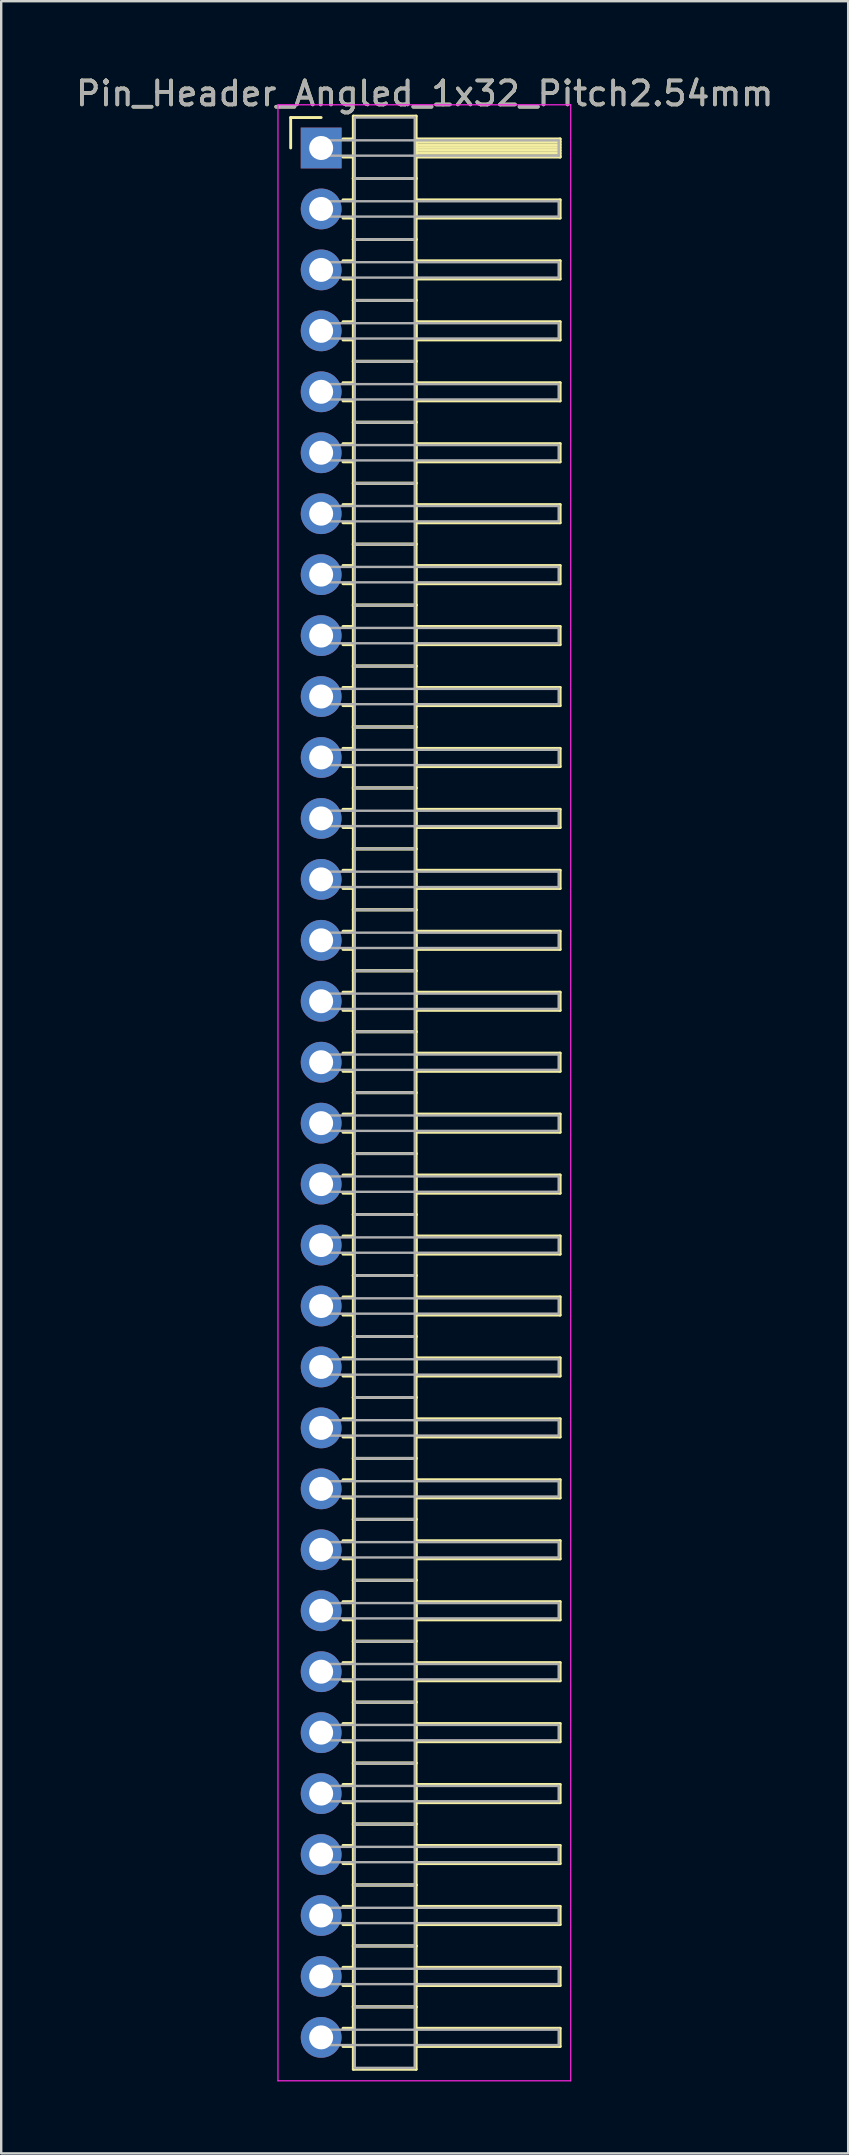
<source format=kicad_pcb>
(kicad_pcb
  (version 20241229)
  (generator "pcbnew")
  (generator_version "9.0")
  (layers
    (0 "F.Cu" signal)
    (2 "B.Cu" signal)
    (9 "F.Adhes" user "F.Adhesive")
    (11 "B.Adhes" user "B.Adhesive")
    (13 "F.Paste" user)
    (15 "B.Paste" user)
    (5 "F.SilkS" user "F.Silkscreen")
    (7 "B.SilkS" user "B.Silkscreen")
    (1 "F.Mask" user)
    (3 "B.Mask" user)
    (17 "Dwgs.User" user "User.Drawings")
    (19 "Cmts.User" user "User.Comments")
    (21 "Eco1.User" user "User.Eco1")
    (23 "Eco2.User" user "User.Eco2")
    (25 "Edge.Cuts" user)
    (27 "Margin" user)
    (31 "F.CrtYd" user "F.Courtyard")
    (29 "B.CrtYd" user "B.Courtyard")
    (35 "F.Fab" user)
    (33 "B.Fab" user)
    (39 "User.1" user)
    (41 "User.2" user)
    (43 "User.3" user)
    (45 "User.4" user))
  (footprint "Pin_Header_Angled_1x32_Pitch2.54mm"
    (layer "F.Cu")
    (at 10.334 3.118)
    (property "Reference" "Pin_Header_Angled_1x32_Pitch2.54mm" (at 4.315 -2.27 0) (layer "F.SilkS") (effects (font (size 1 1) (thickness 0.15))))
    (attr through_hole)
    (fp_line (start -1.27 -1.27) (end 0 -1.27) (stroke (width 0.12) (type solid)) (layer "F.SilkS"))
    (fp_line (start -1.27 0) (end -1.27 -1.27) (stroke (width 0.12) (type solid)) (layer "F.SilkS"))
    (fp_line (start 0.91 -0.38) (end 1.34 -0.38) (stroke (width 0.12) (type solid)) (layer "F.SilkS"))
    (fp_line (start 0.91 0.38) (end 1.34 0.38) (stroke (width 0.12) (type solid)) (layer "F.SilkS"))
    (fp_line (start 0.91 2.16) (end 1.34 2.16) (stroke (width 0.12) (type solid)) (layer "F.SilkS"))
    (fp_line (start 0.91 2.92) (end 1.34 2.92) (stroke (width 0.12) (type solid)) (layer "F.SilkS"))
    (fp_line (start 0.91 4.7) (end 1.34 4.7) (stroke (width 0.12) (type solid)) (layer "F.SilkS"))
    (fp_line (start 0.91 5.46) (end 1.34 5.46) (stroke (width 0.12) (type solid)) (layer "F.SilkS"))
    (fp_line (start 0.91 7.24) (end 1.34 7.24) (stroke (width 0.12) (type solid)) (layer "F.SilkS"))
    (fp_line (start 0.91 8) (end 1.34 8) (stroke (width 0.12) (type solid)) (layer "F.SilkS"))
    (fp_line (start 0.91 9.78) (end 1.34 9.78) (stroke (width 0.12) (type solid)) (layer "F.SilkS"))
    (fp_line (start 0.91 10.54) (end 1.34 10.54) (stroke (width 0.12) (type solid)) (layer "F.SilkS"))
    (fp_line (start 0.91 12.32) (end 1.34 12.32) (stroke (width 0.12) (type solid)) (layer "F.SilkS"))
    (fp_line (start 0.91 13.08) (end 1.34 13.08) (stroke (width 0.12) (type solid)) (layer "F.SilkS"))
    (fp_line (start 0.91 14.86) (end 1.34 14.86) (stroke (width 0.12) (type solid)) (layer "F.SilkS"))
    (fp_line (start 0.91 15.62) (end 1.34 15.62) (stroke (width 0.12) (type solid)) (layer "F.SilkS"))
    (fp_line (start 0.91 17.4) (end 1.34 17.4) (stroke (width 0.12) (type solid)) (layer "F.SilkS"))
    (fp_line (start 0.91 18.16) (end 1.34 18.16) (stroke (width 0.12) (type solid)) (layer "F.SilkS"))
    (fp_line (start 0.91 19.94) (end 1.34 19.94) (stroke (width 0.12) (type solid)) (layer "F.SilkS"))
    (fp_line (start 0.91 20.7) (end 1.34 20.7) (stroke (width 0.12) (type solid)) (layer "F.SilkS"))
    (fp_line (start 0.91 22.48) (end 1.34 22.48) (stroke (width 0.12) (type solid)) (layer "F.SilkS"))
    (fp_line (start 0.91 23.24) (end 1.34 23.24) (stroke (width 0.12) (type solid)) (layer "F.SilkS"))
    (fp_line (start 0.91 25.02) (end 1.34 25.02) (stroke (width 0.12) (type solid)) (layer "F.SilkS"))
    (fp_line (start 0.91 25.78) (end 1.34 25.78) (stroke (width 0.12) (type solid)) (layer "F.SilkS"))
    (fp_line (start 0.91 27.56) (end 1.34 27.56) (stroke (width 0.12) (type solid)) (layer "F.SilkS"))
    (fp_line (start 0.91 28.32) (end 1.34 28.32) (stroke (width 0.12) (type solid)) (layer "F.SilkS"))
    (fp_line (start 0.91 30.1) (end 1.34 30.1) (stroke (width 0.12) (type solid)) (layer "F.SilkS"))
    (fp_line (start 0.91 30.86) (end 1.34 30.86) (stroke (width 0.12) (type solid)) (layer "F.SilkS"))
    (fp_line (start 0.91 32.64) (end 1.34 32.64) (stroke (width 0.12) (type solid)) (layer "F.SilkS"))
    (fp_line (start 0.91 33.4) (end 1.34 33.4) (stroke (width 0.12) (type solid)) (layer "F.SilkS"))
    (fp_line (start 0.91 35.18) (end 1.34 35.18) (stroke (width 0.12) (type solid)) (layer "F.SilkS"))
    (fp_line (start 0.91 35.94) (end 1.34 35.94) (stroke (width 0.12) (type solid)) (layer "F.SilkS"))
    (fp_line (start 0.91 37.72) (end 1.34 37.72) (stroke (width 0.12) (type solid)) (layer "F.SilkS"))
    (fp_line (start 0.91 38.48) (end 1.34 38.48) (stroke (width 0.12) (type solid)) (layer "F.SilkS"))
    (fp_line (start 0.91 40.26) (end 1.34 40.26) (stroke (width 0.12) (type solid)) (layer "F.SilkS"))
    (fp_line (start 0.91 41.02) (end 1.34 41.02) (stroke (width 0.12) (type solid)) (layer "F.SilkS"))
    (fp_line (start 0.91 42.8) (end 1.34 42.8) (stroke (width 0.12) (type solid)) (layer "F.SilkS"))
    (fp_line (start 0.91 43.56) (end 1.34 43.56) (stroke (width 0.12) (type solid)) (layer "F.SilkS"))
    (fp_line (start 0.91 45.34) (end 1.34 45.34) (stroke (width 0.12) (type solid)) (layer "F.SilkS"))
    (fp_line (start 0.91 46.1) (end 1.34 46.1) (stroke (width 0.12) (type solid)) (layer "F.SilkS"))
    (fp_line (start 0.91 47.88) (end 1.34 47.88) (stroke (width 0.12) (type solid)) (layer "F.SilkS"))
    (fp_line (start 0.91 48.64) (end 1.34 48.64) (stroke (width 0.12) (type solid)) (layer "F.SilkS"))
    (fp_line (start 0.91 50.42) (end 1.34 50.42) (stroke (width 0.12) (type solid)) (layer "F.SilkS"))
    (fp_line (start 0.91 51.18) (end 1.34 51.18) (stroke (width 0.12) (type solid)) (layer "F.SilkS"))
    (fp_line (start 0.91 52.96) (end 1.34 52.96) (stroke (width 0.12) (type solid)) (layer "F.SilkS"))
    (fp_line (start 0.91 53.72) (end 1.34 53.72) (stroke (width 0.12) (type solid)) (layer "F.SilkS"))
    (fp_line (start 0.91 55.5) (end 1.34 55.5) (stroke (width 0.12) (type solid)) (layer "F.SilkS"))
    (fp_line (start 0.91 56.26) (end 1.34 56.26) (stroke (width 0.12) (type solid)) (layer "F.SilkS"))
    (fp_line (start 0.91 58.04) (end 1.34 58.04) (stroke (width 0.12) (type solid)) (layer "F.SilkS"))
    (fp_line (start 0.91 58.8) (end 1.34 58.8) (stroke (width 0.12) (type solid)) (layer "F.SilkS"))
    (fp_line (start 0.91 60.58) (end 1.34 60.58) (stroke (width 0.12) (type solid)) (layer "F.SilkS"))
    (fp_line (start 0.91 61.34) (end 1.34 61.34) (stroke (width 0.12) (type solid)) (layer "F.SilkS"))
    (fp_line (start 0.91 63.12) (end 1.34 63.12) (stroke (width 0.12) (type solid)) (layer "F.SilkS"))
    (fp_line (start 0.91 63.88) (end 1.34 63.88) (stroke (width 0.12) (type solid)) (layer "F.SilkS"))
    (fp_line (start 0.91 65.66) (end 1.34 65.66) (stroke (width 0.12) (type solid)) (layer "F.SilkS"))
    (fp_line (start 0.91 66.42) (end 1.34 66.42) (stroke (width 0.12) (type solid)) (layer "F.SilkS"))
    (fp_line (start 0.91 68.2) (end 1.34 68.2) (stroke (width 0.12) (type solid)) (layer "F.SilkS"))
    (fp_line (start 0.91 68.96) (end 1.34 68.96) (stroke (width 0.12) (type solid)) (layer "F.SilkS"))
    (fp_line (start 0.91 70.74) (end 1.34 70.74) (stroke (width 0.12) (type solid)) (layer "F.SilkS"))
    (fp_line (start 0.91 71.5) (end 1.34 71.5) (stroke (width 0.12) (type solid)) (layer "F.SilkS"))
    (fp_line (start 0.91 73.28) (end 1.34 73.28) (stroke (width 0.12) (type solid)) (layer "F.SilkS"))
    (fp_line (start 0.91 74.04) (end 1.34 74.04) (stroke (width 0.12) (type solid)) (layer "F.SilkS"))
    (fp_line (start 0.91 75.82) (end 1.34 75.82) (stroke (width 0.12) (type solid)) (layer "F.SilkS"))
    (fp_line (start 0.91 76.58) (end 1.34 76.58) (stroke (width 0.12) (type solid)) (layer "F.SilkS"))
    (fp_line (start 0.91 78.36) (end 1.34 78.36) (stroke (width 0.12) (type solid)) (layer "F.SilkS"))
    (fp_line (start 0.91 79.12) (end 1.34 79.12) (stroke (width 0.12) (type solid)) (layer "F.SilkS"))
    (fp_line (start 1.34 -1.33) (end 1.34 1.27) (stroke (width 0.12) (type solid)) (layer "F.SilkS"))
    (fp_line (start 1.34 1.27) (end 1.34 3.81) (stroke (width 0.12) (type solid)) (layer "F.SilkS"))
    (fp_line (start 1.34 1.27) (end 3.96 1.27) (stroke (width 0.12) (type solid)) (layer "F.SilkS"))
    (fp_line (start 1.34 3.81) (end 1.34 6.35) (stroke (width 0.12) (type solid)) (layer "F.SilkS"))
    (fp_line (start 1.34 3.81) (end 3.96 3.81) (stroke (width 0.12) (type solid)) (layer "F.SilkS"))
    (fp_line (start 1.34 6.35) (end 1.34 8.89) (stroke (width 0.12) (type solid)) (layer "F.SilkS"))
    (fp_line (start 1.34 6.35) (end 3.96 6.35) (stroke (width 0.12) (type solid)) (layer "F.SilkS"))
    (fp_line (start 1.34 8.89) (end 1.34 11.43) (stroke (width 0.12) (type solid)) (layer "F.SilkS"))
    (fp_line (start 1.34 8.89) (end 3.96 8.89) (stroke (width 0.12) (type solid)) (layer "F.SilkS"))
    (fp_line (start 1.34 11.43) (end 1.34 13.97) (stroke (width 0.12) (type solid)) (layer "F.SilkS"))
    (fp_line (start 1.34 11.43) (end 3.96 11.43) (stroke (width 0.12) (type solid)) (layer "F.SilkS"))
    (fp_line (start 1.34 13.97) (end 1.34 16.51) (stroke (width 0.12) (type solid)) (layer "F.SilkS"))
    (fp_line (start 1.34 13.97) (end 3.96 13.97) (stroke (width 0.12) (type solid)) (layer "F.SilkS"))
    (fp_line (start 1.34 16.51) (end 1.34 19.05) (stroke (width 0.12) (type solid)) (layer "F.SilkS"))
    (fp_line (start 1.34 16.51) (end 3.96 16.51) (stroke (width 0.12) (type solid)) (layer "F.SilkS"))
    (fp_line (start 1.34 19.05) (end 1.34 21.59) (stroke (width 0.12) (type solid)) (layer "F.SilkS"))
    (fp_line (start 1.34 19.05) (end 3.96 19.05) (stroke (width 0.12) (type solid)) (layer "F.SilkS"))
    (fp_line (start 1.34 21.59) (end 1.34 24.13) (stroke (width 0.12) (type solid)) (layer "F.SilkS"))
    (fp_line (start 1.34 21.59) (end 3.96 21.59) (stroke (width 0.12) (type solid)) (layer "F.SilkS"))
    (fp_line (start 1.34 24.13) (end 1.34 26.67) (stroke (width 0.12) (type solid)) (layer "F.SilkS"))
    (fp_line (start 1.34 24.13) (end 3.96 24.13) (stroke (width 0.12) (type solid)) (layer "F.SilkS"))
    (fp_line (start 1.34 26.67) (end 1.34 29.21) (stroke (width 0.12) (type solid)) (layer "F.SilkS"))
    (fp_line (start 1.34 26.67) (end 3.96 26.67) (stroke (width 0.12) (type solid)) (layer "F.SilkS"))
    (fp_line (start 1.34 29.21) (end 1.34 31.75) (stroke (width 0.12) (type solid)) (layer "F.SilkS"))
    (fp_line (start 1.34 29.21) (end 3.96 29.21) (stroke (width 0.12) (type solid)) (layer "F.SilkS"))
    (fp_line (start 1.34 31.75) (end 1.34 34.29) (stroke (width 0.12) (type solid)) (layer "F.SilkS"))
    (fp_line (start 1.34 31.75) (end 3.96 31.75) (stroke (width 0.12) (type solid)) (layer "F.SilkS"))
    (fp_line (start 1.34 34.29) (end 1.34 36.83) (stroke (width 0.12) (type solid)) (layer "F.SilkS"))
    (fp_line (start 1.34 34.29) (end 3.96 34.29) (stroke (width 0.12) (type solid)) (layer "F.SilkS"))
    (fp_line (start 1.34 36.83) (end 1.34 39.37) (stroke (width 0.12) (type solid)) (layer "F.SilkS"))
    (fp_line (start 1.34 36.83) (end 3.96 36.83) (stroke (width 0.12) (type solid)) (layer "F.SilkS"))
    (fp_line (start 1.34 39.37) (end 1.34 41.91) (stroke (width 0.12) (type solid)) (layer "F.SilkS"))
    (fp_line (start 1.34 39.37) (end 3.96 39.37) (stroke (width 0.12) (type solid)) (layer "F.SilkS"))
    (fp_line (start 1.34 41.91) (end 1.34 44.45) (stroke (width 0.12) (type solid)) (layer "F.SilkS"))
    (fp_line (start 1.34 41.91) (end 3.96 41.91) (stroke (width 0.12) (type solid)) (layer "F.SilkS"))
    (fp_line (start 1.34 44.45) (end 1.34 46.99) (stroke (width 0.12) (type solid)) (layer "F.SilkS"))
    (fp_line (start 1.34 44.45) (end 3.96 44.45) (stroke (width 0.12) (type solid)) (layer "F.SilkS"))
    (fp_line (start 1.34 46.99) (end 1.34 49.53) (stroke (width 0.12) (type solid)) (layer "F.SilkS"))
    (fp_line (start 1.34 46.99) (end 3.96 46.99) (stroke (width 0.12) (type solid)) (layer "F.SilkS"))
    (fp_line (start 1.34 49.53) (end 1.34 52.07) (stroke (width 0.12) (type solid)) (layer "F.SilkS"))
    (fp_line (start 1.34 49.53) (end 3.96 49.53) (stroke (width 0.12) (type solid)) (layer "F.SilkS"))
    (fp_line (start 1.34 52.07) (end 1.34 54.61) (stroke (width 0.12) (type solid)) (layer "F.SilkS"))
    (fp_line (start 1.34 52.07) (end 3.96 52.07) (stroke (width 0.12) (type solid)) (layer "F.SilkS"))
    (fp_line (start 1.34 54.61) (end 1.34 57.15) (stroke (width 0.12) (type solid)) (layer "F.SilkS"))
    (fp_line (start 1.34 54.61) (end 3.96 54.61) (stroke (width 0.12) (type solid)) (layer "F.SilkS"))
    (fp_line (start 1.34 57.15) (end 1.34 59.69) (stroke (width 0.12) (type solid)) (layer "F.SilkS"))
    (fp_line (start 1.34 57.15) (end 3.96 57.15) (stroke (width 0.12) (type solid)) (layer "F.SilkS"))
    (fp_line (start 1.34 59.69) (end 1.34 62.23) (stroke (width 0.12) (type solid)) (layer "F.SilkS"))
    (fp_line (start 1.34 59.69) (end 3.96 59.69) (stroke (width 0.12) (type solid)) (layer "F.SilkS"))
    (fp_line (start 1.34 62.23) (end 1.34 64.77) (stroke (width 0.12) (type solid)) (layer "F.SilkS"))
    (fp_line (start 1.34 62.23) (end 3.96 62.23) (stroke (width 0.12) (type solid)) (layer "F.SilkS"))
    (fp_line (start 1.34 64.77) (end 1.34 67.31) (stroke (width 0.12) (type solid)) (layer "F.SilkS"))
    (fp_line (start 1.34 64.77) (end 3.96 64.77) (stroke (width 0.12) (type solid)) (layer "F.SilkS"))
    (fp_line (start 1.34 67.31) (end 1.34 69.85) (stroke (width 0.12) (type solid)) (layer "F.SilkS"))
    (fp_line (start 1.34 67.31) (end 3.96 67.31) (stroke (width 0.12) (type solid)) (layer "F.SilkS"))
    (fp_line (start 1.34 69.85) (end 1.34 72.39) (stroke (width 0.12) (type solid)) (layer "F.SilkS"))
    (fp_line (start 1.34 69.85) (end 3.96 69.85) (stroke (width 0.12) (type solid)) (layer "F.SilkS"))
    (fp_line (start 1.34 72.39) (end 1.34 74.93) (stroke (width 0.12) (type solid)) (layer "F.SilkS"))
    (fp_line (start 1.34 72.39) (end 3.96 72.39) (stroke (width 0.12) (type solid)) (layer "F.SilkS"))
    (fp_line (start 1.34 74.93) (end 1.34 77.47) (stroke (width 0.12) (type solid)) (layer "F.SilkS"))
    (fp_line (start 1.34 74.93) (end 3.96 74.93) (stroke (width 0.12) (type solid)) (layer "F.SilkS"))
    (fp_line (start 1.34 77.47) (end 1.34 80.07) (stroke (width 0.12) (type solid)) (layer "F.SilkS"))
    (fp_line (start 1.34 77.47) (end 3.96 77.47) (stroke (width 0.12) (type solid)) (layer "F.SilkS"))
    (fp_line (start 1.34 80.07) (end 3.96 80.07) (stroke (width 0.12) (type solid)) (layer "F.SilkS"))
    (fp_line (start 3.96 -1.33) (end 1.34 -1.33) (stroke (width 0.12) (type solid)) (layer "F.SilkS"))
    (fp_line (start 3.96 -0.38) (end 3.96 0.38) (stroke (width 0.12) (type solid)) (layer "F.SilkS"))
    (fp_line (start 3.96 -0.26) (end 9.96 -0.26) (stroke (width 0.12) (type solid)) (layer "F.SilkS"))
    (fp_line (start 3.96 -0.14) (end 9.96 -0.14) (stroke (width 0.12) (type solid)) (layer "F.SilkS"))
    (fp_line (start 3.96 -0.02) (end 9.96 -0.02) (stroke (width 0.12) (type solid)) (layer "F.SilkS"))
    (fp_line (start 3.96 0.1) (end 9.96 0.1) (stroke (width 0.12) (type solid)) (layer "F.SilkS"))
    (fp_line (start 3.96 0.22) (end 9.96 0.22) (stroke (width 0.12) (type solid)) (layer "F.SilkS"))
    (fp_line (start 3.96 0.34) (end 9.96 0.34) (stroke (width 0.12) (type solid)) (layer "F.SilkS"))
    (fp_line (start 3.96 0.38) (end 9.96 0.38) (stroke (width 0.12) (type solid)) (layer "F.SilkS"))
    (fp_line (start 3.96 1.27) (end 1.34 1.27) (stroke (width 0.12) (type solid)) (layer "F.SilkS"))
    (fp_line (start 3.96 1.27) (end 3.96 -1.33) (stroke (width 0.12) (type solid)) (layer "F.SilkS"))
    (fp_line (start 3.96 2.16) (end 3.96 2.92) (stroke (width 0.12) (type solid)) (layer "F.SilkS"))
    (fp_line (start 3.96 2.92) (end 9.96 2.92) (stroke (width 0.12) (type solid)) (layer "F.SilkS"))
    (fp_line (start 3.96 3.81) (end 1.34 3.81) (stroke (width 0.12) (type solid)) (layer "F.SilkS"))
    (fp_line (start 3.96 3.81) (end 3.96 1.27) (stroke (width 0.12) (type solid)) (layer "F.SilkS"))
    (fp_line (start 3.96 4.7) (end 3.96 5.46) (stroke (width 0.12) (type solid)) (layer "F.SilkS"))
    (fp_line (start 3.96 5.46) (end 9.96 5.46) (stroke (width 0.12) (type solid)) (layer "F.SilkS"))
    (fp_line (start 3.96 6.35) (end 1.34 6.35) (stroke (width 0.12) (type solid)) (layer "F.SilkS"))
    (fp_line (start 3.96 6.35) (end 3.96 3.81) (stroke (width 0.12) (type solid)) (layer "F.SilkS"))
    (fp_line (start 3.96 7.24) (end 3.96 8) (stroke (width 0.12) (type solid)) (layer "F.SilkS"))
    (fp_line (start 3.96 8) (end 9.96 8) (stroke (width 0.12) (type solid)) (layer "F.SilkS"))
    (fp_line (start 3.96 8.89) (end 1.34 8.89) (stroke (width 0.12) (type solid)) (layer "F.SilkS"))
    (fp_line (start 3.96 8.89) (end 3.96 6.35) (stroke (width 0.12) (type solid)) (layer "F.SilkS"))
    (fp_line (start 3.96 9.78) (end 3.96 10.54) (stroke (width 0.12) (type solid)) (layer "F.SilkS"))
    (fp_line (start 3.96 10.54) (end 9.96 10.54) (stroke (width 0.12) (type solid)) (layer "F.SilkS"))
    (fp_line (start 3.96 11.43) (end 1.34 11.43) (stroke (width 0.12) (type solid)) (layer "F.SilkS"))
    (fp_line (start 3.96 11.43) (end 3.96 8.89) (stroke (width 0.12) (type solid)) (layer "F.SilkS"))
    (fp_line (start 3.96 12.32) (end 3.96 13.08) (stroke (width 0.12) (type solid)) (layer "F.SilkS"))
    (fp_line (start 3.96 13.08) (end 9.96 13.08) (stroke (width 0.12) (type solid)) (layer "F.SilkS"))
    (fp_line (start 3.96 13.97) (end 1.34 13.97) (stroke (width 0.12) (type solid)) (layer "F.SilkS"))
    (fp_line (start 3.96 13.97) (end 3.96 11.43) (stroke (width 0.12) (type solid)) (layer "F.SilkS"))
    (fp_line (start 3.96 14.86) (end 3.96 15.62) (stroke (width 0.12) (type solid)) (layer "F.SilkS"))
    (fp_line (start 3.96 15.62) (end 9.96 15.62) (stroke (width 0.12) (type solid)) (layer "F.SilkS"))
    (fp_line (start 3.96 16.51) (end 1.34 16.51) (stroke (width 0.12) (type solid)) (layer "F.SilkS"))
    (fp_line (start 3.96 16.51) (end 3.96 13.97) (stroke (width 0.12) (type solid)) (layer "F.SilkS"))
    (fp_line (start 3.96 17.4) (end 3.96 18.16) (stroke (width 0.12) (type solid)) (layer "F.SilkS"))
    (fp_line (start 3.96 18.16) (end 9.96 18.16) (stroke (width 0.12) (type solid)) (layer "F.SilkS"))
    (fp_line (start 3.96 19.05) (end 1.34 19.05) (stroke (width 0.12) (type solid)) (layer "F.SilkS"))
    (fp_line (start 3.96 19.05) (end 3.96 16.51) (stroke (width 0.12) (type solid)) (layer "F.SilkS"))
    (fp_line (start 3.96 19.94) (end 3.96 20.7) (stroke (width 0.12) (type solid)) (layer "F.SilkS"))
    (fp_line (start 3.96 20.7) (end 9.96 20.7) (stroke (width 0.12) (type solid)) (layer "F.SilkS"))
    (fp_line (start 3.96 21.59) (end 1.34 21.59) (stroke (width 0.12) (type solid)) (layer "F.SilkS"))
    (fp_line (start 3.96 21.59) (end 3.96 19.05) (stroke (width 0.12) (type solid)) (layer "F.SilkS"))
    (fp_line (start 3.96 22.48) (end 3.96 23.24) (stroke (width 0.12) (type solid)) (layer "F.SilkS"))
    (fp_line (start 3.96 23.24) (end 9.96 23.24) (stroke (width 0.12) (type solid)) (layer "F.SilkS"))
    (fp_line (start 3.96 24.13) (end 1.34 24.13) (stroke (width 0.12) (type solid)) (layer "F.SilkS"))
    (fp_line (start 3.96 24.13) (end 3.96 21.59) (stroke (width 0.12) (type solid)) (layer "F.SilkS"))
    (fp_line (start 3.96 25.02) (end 3.96 25.78) (stroke (width 0.12) (type solid)) (layer "F.SilkS"))
    (fp_line (start 3.96 25.78) (end 9.96 25.78) (stroke (width 0.12) (type solid)) (layer "F.SilkS"))
    (fp_line (start 3.96 26.67) (end 1.34 26.67) (stroke (width 0.12) (type solid)) (layer "F.SilkS"))
    (fp_line (start 3.96 26.67) (end 3.96 24.13) (stroke (width 0.12) (type solid)) (layer "F.SilkS"))
    (fp_line (start 3.96 27.56) (end 3.96 28.32) (stroke (width 0.12) (type solid)) (layer "F.SilkS"))
    (fp_line (start 3.96 28.32) (end 9.96 28.32) (stroke (width 0.12) (type solid)) (layer "F.SilkS"))
    (fp_line (start 3.96 29.21) (end 1.34 29.21) (stroke (width 0.12) (type solid)) (layer "F.SilkS"))
    (fp_line (start 3.96 29.21) (end 3.96 26.67) (stroke (width 0.12) (type solid)) (layer "F.SilkS"))
    (fp_line (start 3.96 30.1) (end 3.96 30.86) (stroke (width 0.12) (type solid)) (layer "F.SilkS"))
    (fp_line (start 3.96 30.86) (end 9.96 30.86) (stroke (width 0.12) (type solid)) (layer "F.SilkS"))
    (fp_line (start 3.96 31.75) (end 1.34 31.75) (stroke (width 0.12) (type solid)) (layer "F.SilkS"))
    (fp_line (start 3.96 31.75) (end 3.96 29.21) (stroke (width 0.12) (type solid)) (layer "F.SilkS"))
    (fp_line (start 3.96 32.64) (end 3.96 33.4) (stroke (width 0.12) (type solid)) (layer "F.SilkS"))
    (fp_line (start 3.96 33.4) (end 9.96 33.4) (stroke (width 0.12) (type solid)) (layer "F.SilkS"))
    (fp_line (start 3.96 34.29) (end 1.34 34.29) (stroke (width 0.12) (type solid)) (layer "F.SilkS"))
    (fp_line (start 3.96 34.29) (end 3.96 31.75) (stroke (width 0.12) (type solid)) (layer "F.SilkS"))
    (fp_line (start 3.96 35.18) (end 3.96 35.94) (stroke (width 0.12) (type solid)) (layer "F.SilkS"))
    (fp_line (start 3.96 35.94) (end 9.96 35.94) (stroke (width 0.12) (type solid)) (layer "F.SilkS"))
    (fp_line (start 3.96 36.83) (end 1.34 36.83) (stroke (width 0.12) (type solid)) (layer "F.SilkS"))
    (fp_line (start 3.96 36.83) (end 3.96 34.29) (stroke (width 0.12) (type solid)) (layer "F.SilkS"))
    (fp_line (start 3.96 37.72) (end 3.96 38.48) (stroke (width 0.12) (type solid)) (layer "F.SilkS"))
    (fp_line (start 3.96 38.48) (end 9.96 38.48) (stroke (width 0.12) (type solid)) (layer "F.SilkS"))
    (fp_line (start 3.96 39.37) (end 1.34 39.37) (stroke (width 0.12) (type solid)) (layer "F.SilkS"))
    (fp_line (start 3.96 39.37) (end 3.96 36.83) (stroke (width 0.12) (type solid)) (layer "F.SilkS"))
    (fp_line (start 3.96 40.26) (end 3.96 41.02) (stroke (width 0.12) (type solid)) (layer "F.SilkS"))
    (fp_line (start 3.96 41.02) (end 9.96 41.02) (stroke (width 0.12) (type solid)) (layer "F.SilkS"))
    (fp_line (start 3.96 41.91) (end 1.34 41.91) (stroke (width 0.12) (type solid)) (layer "F.SilkS"))
    (fp_line (start 3.96 41.91) (end 3.96 39.37) (stroke (width 0.12) (type solid)) (layer "F.SilkS"))
    (fp_line (start 3.96 42.8) (end 3.96 43.56) (stroke (width 0.12) (type solid)) (layer "F.SilkS"))
    (fp_line (start 3.96 43.56) (end 9.96 43.56) (stroke (width 0.12) (type solid)) (layer "F.SilkS"))
    (fp_line (start 3.96 44.45) (end 1.34 44.45) (stroke (width 0.12) (type solid)) (layer "F.SilkS"))
    (fp_line (start 3.96 44.45) (end 3.96 41.91) (stroke (width 0.12) (type solid)) (layer "F.SilkS"))
    (fp_line (start 3.96 45.34) (end 3.96 46.1) (stroke (width 0.12) (type solid)) (layer "F.SilkS"))
    (fp_line (start 3.96 46.1) (end 9.96 46.1) (stroke (width 0.12) (type solid)) (layer "F.SilkS"))
    (fp_line (start 3.96 46.99) (end 1.34 46.99) (stroke (width 0.12) (type solid)) (layer "F.SilkS"))
    (fp_line (start 3.96 46.99) (end 3.96 44.45) (stroke (width 0.12) (type solid)) (layer "F.SilkS"))
    (fp_line (start 3.96 47.88) (end 3.96 48.64) (stroke (width 0.12) (type solid)) (layer "F.SilkS"))
    (fp_line (start 3.96 48.64) (end 9.96 48.64) (stroke (width 0.12) (type solid)) (layer "F.SilkS"))
    (fp_line (start 3.96 49.53) (end 1.34 49.53) (stroke (width 0.12) (type solid)) (layer "F.SilkS"))
    (fp_line (start 3.96 49.53) (end 3.96 46.99) (stroke (width 0.12) (type solid)) (layer "F.SilkS"))
    (fp_line (start 3.96 50.42) (end 3.96 51.18) (stroke (width 0.12) (type solid)) (layer "F.SilkS"))
    (fp_line (start 3.96 51.18) (end 9.96 51.18) (stroke (width 0.12) (type solid)) (layer "F.SilkS"))
    (fp_line (start 3.96 52.07) (end 1.34 52.07) (stroke (width 0.12) (type solid)) (layer "F.SilkS"))
    (fp_line (start 3.96 52.07) (end 3.96 49.53) (stroke (width 0.12) (type solid)) (layer "F.SilkS"))
    (fp_line (start 3.96 52.96) (end 3.96 53.72) (stroke (width 0.12) (type solid)) (layer "F.SilkS"))
    (fp_line (start 3.96 53.72) (end 9.96 53.72) (stroke (width 0.12) (type solid)) (layer "F.SilkS"))
    (fp_line (start 3.96 54.61) (end 1.34 54.61) (stroke (width 0.12) (type solid)) (layer "F.SilkS"))
    (fp_line (start 3.96 54.61) (end 3.96 52.07) (stroke (width 0.12) (type solid)) (layer "F.SilkS"))
    (fp_line (start 3.96 55.5) (end 3.96 56.26) (stroke (width 0.12) (type solid)) (layer "F.SilkS"))
    (fp_line (start 3.96 56.26) (end 9.96 56.26) (stroke (width 0.12) (type solid)) (layer "F.SilkS"))
    (fp_line (start 3.96 57.15) (end 1.34 57.15) (stroke (width 0.12) (type solid)) (layer "F.SilkS"))
    (fp_line (start 3.96 57.15) (end 3.96 54.61) (stroke (width 0.12) (type solid)) (layer "F.SilkS"))
    (fp_line (start 3.96 58.04) (end 3.96 58.8) (stroke (width 0.12) (type solid)) (layer "F.SilkS"))
    (fp_line (start 3.96 58.8) (end 9.96 58.8) (stroke (width 0.12) (type solid)) (layer "F.SilkS"))
    (fp_line (start 3.96 59.69) (end 1.34 59.69) (stroke (width 0.12) (type solid)) (layer "F.SilkS"))
    (fp_line (start 3.96 59.69) (end 3.96 57.15) (stroke (width 0.12) (type solid)) (layer "F.SilkS"))
    (fp_line (start 3.96 60.58) (end 3.96 61.34) (stroke (width 0.12) (type solid)) (layer "F.SilkS"))
    (fp_line (start 3.96 61.34) (end 9.96 61.34) (stroke (width 0.12) (type solid)) (layer "F.SilkS"))
    (fp_line (start 3.96 62.23) (end 1.34 62.23) (stroke (width 0.12) (type solid)) (layer "F.SilkS"))
    (fp_line (start 3.96 62.23) (end 3.96 59.69) (stroke (width 0.12) (type solid)) (layer "F.SilkS"))
    (fp_line (start 3.96 63.12) (end 3.96 63.88) (stroke (width 0.12) (type solid)) (layer "F.SilkS"))
    (fp_line (start 3.96 63.88) (end 9.96 63.88) (stroke (width 0.12) (type solid)) (layer "F.SilkS"))
    (fp_line (start 3.96 64.77) (end 1.34 64.77) (stroke (width 0.12) (type solid)) (layer "F.SilkS"))
    (fp_line (start 3.96 64.77) (end 3.96 62.23) (stroke (width 0.12) (type solid)) (layer "F.SilkS"))
    (fp_line (start 3.96 65.66) (end 3.96 66.42) (stroke (width 0.12) (type solid)) (layer "F.SilkS"))
    (fp_line (start 3.96 66.42) (end 9.96 66.42) (stroke (width 0.12) (type solid)) (layer "F.SilkS"))
    (fp_line (start 3.96 67.31) (end 1.34 67.31) (stroke (width 0.12) (type solid)) (layer "F.SilkS"))
    (fp_line (start 3.96 67.31) (end 3.96 64.77) (stroke (width 0.12) (type solid)) (layer "F.SilkS"))
    (fp_line (start 3.96 68.2) (end 3.96 68.96) (stroke (width 0.12) (type solid)) (layer "F.SilkS"))
    (fp_line (start 3.96 68.96) (end 9.96 68.96) (stroke (width 0.12) (type solid)) (layer "F.SilkS"))
    (fp_line (start 3.96 69.85) (end 1.34 69.85) (stroke (width 0.12) (type solid)) (layer "F.SilkS"))
    (fp_line (start 3.96 69.85) (end 3.96 67.31) (stroke (width 0.12) (type solid)) (layer "F.SilkS"))
    (fp_line (start 3.96 70.74) (end 3.96 71.5) (stroke (width 0.12) (type solid)) (layer "F.SilkS"))
    (fp_line (start 3.96 71.5) (end 9.96 71.5) (stroke (width 0.12) (type solid)) (layer "F.SilkS"))
    (fp_line (start 3.96 72.39) (end 1.34 72.39) (stroke (width 0.12) (type solid)) (layer "F.SilkS"))
    (fp_line (start 3.96 72.39) (end 3.96 69.85) (stroke (width 0.12) (type solid)) (layer "F.SilkS"))
    (fp_line (start 3.96 73.28) (end 3.96 74.04) (stroke (width 0.12) (type solid)) (layer "F.SilkS"))
    (fp_line (start 3.96 74.04) (end 9.96 74.04) (stroke (width 0.12) (type solid)) (layer "F.SilkS"))
    (fp_line (start 3.96 74.93) (end 1.34 74.93) (stroke (width 0.12) (type solid)) (layer "F.SilkS"))
    (fp_line (start 3.96 74.93) (end 3.96 72.39) (stroke (width 0.12) (type solid)) (layer "F.SilkS"))
    (fp_line (start 3.96 75.82) (end 3.96 76.58) (stroke (width 0.12) (type solid)) (layer "F.SilkS"))
    (fp_line (start 3.96 76.58) (end 9.96 76.58) (stroke (width 0.12) (type solid)) (layer "F.SilkS"))
    (fp_line (start 3.96 77.47) (end 1.34 77.47) (stroke (width 0.12) (type solid)) (layer "F.SilkS"))
    (fp_line (start 3.96 77.47) (end 3.96 74.93) (stroke (width 0.12) (type solid)) (layer "F.SilkS"))
    (fp_line (start 3.96 78.36) (end 3.96 79.12) (stroke (width 0.12) (type solid)) (layer "F.SilkS"))
    (fp_line (start 3.96 79.12) (end 9.96 79.12) (stroke (width 0.12) (type solid)) (layer "F.SilkS"))
    (fp_line (start 3.96 80.07) (end 3.96 77.47) (stroke (width 0.12) (type solid)) (layer "F.SilkS"))
    (fp_line (start 9.96 -0.38) (end 3.96 -0.38) (stroke (width 0.12) (type solid)) (layer "F.SilkS"))
    (fp_line (start 9.96 0.38) (end 9.96 -0.38) (stroke (width 0.12) (type solid)) (layer "F.SilkS"))
    (fp_line (start 9.96 2.16) (end 3.96 2.16) (stroke (width 0.12) (type solid)) (layer "F.SilkS"))
    (fp_line (start 9.96 2.92) (end 9.96 2.16) (stroke (width 0.12) (type solid)) (layer "F.SilkS"))
    (fp_line (start 9.96 4.7) (end 3.96 4.7) (stroke (width 0.12) (type solid)) (layer "F.SilkS"))
    (fp_line (start 9.96 5.46) (end 9.96 4.7) (stroke (width 0.12) (type solid)) (layer "F.SilkS"))
    (fp_line (start 9.96 7.24) (end 3.96 7.24) (stroke (width 0.12) (type solid)) (layer "F.SilkS"))
    (fp_line (start 9.96 8) (end 9.96 7.24) (stroke (width 0.12) (type solid)) (layer "F.SilkS"))
    (fp_line (start 9.96 9.78) (end 3.96 9.78) (stroke (width 0.12) (type solid)) (layer "F.SilkS"))
    (fp_line (start 9.96 10.54) (end 9.96 9.78) (stroke (width 0.12) (type solid)) (layer "F.SilkS"))
    (fp_line (start 9.96 12.32) (end 3.96 12.32) (stroke (width 0.12) (type solid)) (layer "F.SilkS"))
    (fp_line (start 9.96 13.08) (end 9.96 12.32) (stroke (width 0.12) (type solid)) (layer "F.SilkS"))
    (fp_line (start 9.96 14.86) (end 3.96 14.86) (stroke (width 0.12) (type solid)) (layer "F.SilkS"))
    (fp_line (start 9.96 15.62) (end 9.96 14.86) (stroke (width 0.12) (type solid)) (layer "F.SilkS"))
    (fp_line (start 9.96 17.4) (end 3.96 17.4) (stroke (width 0.12) (type solid)) (layer "F.SilkS"))
    (fp_line (start 9.96 18.16) (end 9.96 17.4) (stroke (width 0.12) (type solid)) (layer "F.SilkS"))
    (fp_line (start 9.96 19.94) (end 3.96 19.94) (stroke (width 0.12) (type solid)) (layer "F.SilkS"))
    (fp_line (start 9.96 20.7) (end 9.96 19.94) (stroke (width 0.12) (type solid)) (layer "F.SilkS"))
    (fp_line (start 9.96 22.48) (end 3.96 22.48) (stroke (width 0.12) (type solid)) (layer "F.SilkS"))
    (fp_line (start 9.96 23.24) (end 9.96 22.48) (stroke (width 0.12) (type solid)) (layer "F.SilkS"))
    (fp_line (start 9.96 25.02) (end 3.96 25.02) (stroke (width 0.12) (type solid)) (layer "F.SilkS"))
    (fp_line (start 9.96 25.78) (end 9.96 25.02) (stroke (width 0.12) (type solid)) (layer "F.SilkS"))
    (fp_line (start 9.96 27.56) (end 3.96 27.56) (stroke (width 0.12) (type solid)) (layer "F.SilkS"))
    (fp_line (start 9.96 28.32) (end 9.96 27.56) (stroke (width 0.12) (type solid)) (layer "F.SilkS"))
    (fp_line (start 9.96 30.1) (end 3.96 30.1) (stroke (width 0.12) (type solid)) (layer "F.SilkS"))
    (fp_line (start 9.96 30.86) (end 9.96 30.1) (stroke (width 0.12) (type solid)) (layer "F.SilkS"))
    (fp_line (start 9.96 32.64) (end 3.96 32.64) (stroke (width 0.12) (type solid)) (layer "F.SilkS"))
    (fp_line (start 9.96 33.4) (end 9.96 32.64) (stroke (width 0.12) (type solid)) (layer "F.SilkS"))
    (fp_line (start 9.96 35.18) (end 3.96 35.18) (stroke (width 0.12) (type solid)) (layer "F.SilkS"))
    (fp_line (start 9.96 35.94) (end 9.96 35.18) (stroke (width 0.12) (type solid)) (layer "F.SilkS"))
    (fp_line (start 9.96 37.72) (end 3.96 37.72) (stroke (width 0.12) (type solid)) (layer "F.SilkS"))
    (fp_line (start 9.96 38.48) (end 9.96 37.72) (stroke (width 0.12) (type solid)) (layer "F.SilkS"))
    (fp_line (start 9.96 40.26) (end 3.96 40.26) (stroke (width 0.12) (type solid)) (layer "F.SilkS"))
    (fp_line (start 9.96 41.02) (end 9.96 40.26) (stroke (width 0.12) (type solid)) (layer "F.SilkS"))
    (fp_line (start 9.96 42.8) (end 3.96 42.8) (stroke (width 0.12) (type solid)) (layer "F.SilkS"))
    (fp_line (start 9.96 43.56) (end 9.96 42.8) (stroke (width 0.12) (type solid)) (layer "F.SilkS"))
    (fp_line (start 9.96 45.34) (end 3.96 45.34) (stroke (width 0.12) (type solid)) (layer "F.SilkS"))
    (fp_line (start 9.96 46.1) (end 9.96 45.34) (stroke (width 0.12) (type solid)) (layer "F.SilkS"))
    (fp_line (start 9.96 47.88) (end 3.96 47.88) (stroke (width 0.12) (type solid)) (layer "F.SilkS"))
    (fp_line (start 9.96 48.64) (end 9.96 47.88) (stroke (width 0.12) (type solid)) (layer "F.SilkS"))
    (fp_line (start 9.96 50.42) (end 3.96 50.42) (stroke (width 0.12) (type solid)) (layer "F.SilkS"))
    (fp_line (start 9.96 51.18) (end 9.96 50.42) (stroke (width 0.12) (type solid)) (layer "F.SilkS"))
    (fp_line (start 9.96 52.96) (end 3.96 52.96) (stroke (width 0.12) (type solid)) (layer "F.SilkS"))
    (fp_line (start 9.96 53.72) (end 9.96 52.96) (stroke (width 0.12) (type solid)) (layer "F.SilkS"))
    (fp_line (start 9.96 55.5) (end 3.96 55.5) (stroke (width 0.12) (type solid)) (layer "F.SilkS"))
    (fp_line (start 9.96 56.26) (end 9.96 55.5) (stroke (width 0.12) (type solid)) (layer "F.SilkS"))
    (fp_line (start 9.96 58.04) (end 3.96 58.04) (stroke (width 0.12) (type solid)) (layer "F.SilkS"))
    (fp_line (start 9.96 58.8) (end 9.96 58.04) (stroke (width 0.12) (type solid)) (layer "F.SilkS"))
    (fp_line (start 9.96 60.58) (end 3.96 60.58) (stroke (width 0.12) (type solid)) (layer "F.SilkS"))
    (fp_line (start 9.96 61.34) (end 9.96 60.58) (stroke (width 0.12) (type solid)) (layer "F.SilkS"))
    (fp_line (start 9.96 63.12) (end 3.96 63.12) (stroke (width 0.12) (type solid)) (layer "F.SilkS"))
    (fp_line (start 9.96 63.88) (end 9.96 63.12) (stroke (width 0.12) (type solid)) (layer "F.SilkS"))
    (fp_line (start 9.96 65.66) (end 3.96 65.66) (stroke (width 0.12) (type solid)) (layer "F.SilkS"))
    (fp_line (start 9.96 66.42) (end 9.96 65.66) (stroke (width 0.12) (type solid)) (layer "F.SilkS"))
    (fp_line (start 9.96 68.2) (end 3.96 68.2) (stroke (width 0.12) (type solid)) (layer "F.SilkS"))
    (fp_line (start 9.96 68.96) (end 9.96 68.2) (stroke (width 0.12) (type solid)) (layer "F.SilkS"))
    (fp_line (start 9.96 70.74) (end 3.96 70.74) (stroke (width 0.12) (type solid)) (layer "F.SilkS"))
    (fp_line (start 9.96 71.5) (end 9.96 70.74) (stroke (width 0.12) (type solid)) (layer "F.SilkS"))
    (fp_line (start 9.96 73.28) (end 3.96 73.28) (stroke (width 0.12) (type solid)) (layer "F.SilkS"))
    (fp_line (start 9.96 74.04) (end 9.96 73.28) (stroke (width 0.12) (type solid)) (layer "F.SilkS"))
    (fp_line (start 9.96 75.82) (end 3.96 75.82) (stroke (width 0.12) (type solid)) (layer "F.SilkS"))
    (fp_line (start 9.96 76.58) (end 9.96 75.82) (stroke (width 0.12) (type solid)) (layer "F.SilkS"))
    (fp_line (start 9.96 78.36) (end 3.96 78.36) (stroke (width 0.12) (type solid)) (layer "F.SilkS"))
    (fp_line (start 9.96 79.12) (end 9.96 78.36) (stroke (width 0.12) (type solid)) (layer "F.SilkS"))
    (fp_line (start -1.8 -1.8) (end -1.8 80.55) (stroke (width 0.05) (type solid)) (layer "F.CrtYd"))
    (fp_line (start -1.8 80.55) (end 10.4 80.55) (stroke (width 0.05) (type solid)) (layer "F.CrtYd"))
    (fp_line (start 10.4 -1.8) (end -1.8 -1.8) (stroke (width 0.05) (type solid)) (layer "F.CrtYd"))
    (fp_line (start 10.4 80.55) (end 10.4 -1.8) (stroke (width 0.05) (type solid)) (layer "F.CrtYd"))
    (fp_line (start 0 -0.32) (end 0 0.32) (stroke (width 0.1) (type solid)) (layer "F.Fab"))
    (fp_line (start 0 0.32) (end 9.9 0.32) (stroke (width 0.1) (type solid)) (layer "F.Fab"))
    (fp_line (start 0 2.22) (end 0 2.86) (stroke (width 0.1) (type solid)) (layer "F.Fab"))
    (fp_line (start 0 2.86) (end 9.9 2.86) (stroke (width 0.1) (type solid)) (layer "F.Fab"))
    (fp_line (start 0 4.76) (end 0 5.4) (stroke (width 0.1) (type solid)) (layer "F.Fab"))
    (fp_line (start 0 5.4) (end 9.9 5.4) (stroke (width 0.1) (type solid)) (layer "F.Fab"))
    (fp_line (start 0 7.3) (end 0 7.94) (stroke (width 0.1) (type solid)) (layer "F.Fab"))
    (fp_line (start 0 7.94) (end 9.9 7.94) (stroke (width 0.1) (type solid)) (layer "F.Fab"))
    (fp_line (start 0 9.84) (end 0 10.48) (stroke (width 0.1) (type solid)) (layer "F.Fab"))
    (fp_line (start 0 10.48) (end 9.9 10.48) (stroke (width 0.1) (type solid)) (layer "F.Fab"))
    (fp_line (start 0 12.38) (end 0 13.02) (stroke (width 0.1) (type solid)) (layer "F.Fab"))
    (fp_line (start 0 13.02) (end 9.9 13.02) (stroke (width 0.1) (type solid)) (layer "F.Fab"))
    (fp_line (start 0 14.92) (end 0 15.56) (stroke (width 0.1) (type solid)) (layer "F.Fab"))
    (fp_line (start 0 15.56) (end 9.9 15.56) (stroke (width 0.1) (type solid)) (layer "F.Fab"))
    (fp_line (start 0 17.46) (end 0 18.1) (stroke (width 0.1) (type solid)) (layer "F.Fab"))
    (fp_line (start 0 18.1) (end 9.9 18.1) (stroke (width 0.1) (type solid)) (layer "F.Fab"))
    (fp_line (start 0 20) (end 0 20.64) (stroke (width 0.1) (type solid)) (layer "F.Fab"))
    (fp_line (start 0 20.64) (end 9.9 20.64) (stroke (width 0.1) (type solid)) (layer "F.Fab"))
    (fp_line (start 0 22.54) (end 0 23.18) (stroke (width 0.1) (type solid)) (layer "F.Fab"))
    (fp_line (start 0 23.18) (end 9.9 23.18) (stroke (width 0.1) (type solid)) (layer "F.Fab"))
    (fp_line (start 0 25.08) (end 0 25.72) (stroke (width 0.1) (type solid)) (layer "F.Fab"))
    (fp_line (start 0 25.72) (end 9.9 25.72) (stroke (width 0.1) (type solid)) (layer "F.Fab"))
    (fp_line (start 0 27.62) (end 0 28.26) (stroke (width 0.1) (type solid)) (layer "F.Fab"))
    (fp_line (start 0 28.26) (end 9.9 28.26) (stroke (width 0.1) (type solid)) (layer "F.Fab"))
    (fp_line (start 0 30.16) (end 0 30.8) (stroke (width 0.1) (type solid)) (layer "F.Fab"))
    (fp_line (start 0 30.8) (end 9.9 30.8) (stroke (width 0.1) (type solid)) (layer "F.Fab"))
    (fp_line (start 0 32.7) (end 0 33.34) (stroke (width 0.1) (type solid)) (layer "F.Fab"))
    (fp_line (start 0 33.34) (end 9.9 33.34) (stroke (width 0.1) (type solid)) (layer "F.Fab"))
    (fp_line (start 0 35.24) (end 0 35.88) (stroke (width 0.1) (type solid)) (layer "F.Fab"))
    (fp_line (start 0 35.88) (end 9.9 35.88) (stroke (width 0.1) (type solid)) (layer "F.Fab"))
    (fp_line (start 0 37.78) (end 0 38.42) (stroke (width 0.1) (type solid)) (layer "F.Fab"))
    (fp_line (start 0 38.42) (end 9.9 38.42) (stroke (width 0.1) (type solid)) (layer "F.Fab"))
    (fp_line (start 0 40.32) (end 0 40.96) (stroke (width 0.1) (type solid)) (layer "F.Fab"))
    (fp_line (start 0 40.96) (end 9.9 40.96) (stroke (width 0.1) (type solid)) (layer "F.Fab"))
    (fp_line (start 0 42.86) (end 0 43.5) (stroke (width 0.1) (type solid)) (layer "F.Fab"))
    (fp_line (start 0 43.5) (end 9.9 43.5) (stroke (width 0.1) (type solid)) (layer "F.Fab"))
    (fp_line (start 0 45.4) (end 0 46.04) (stroke (width 0.1) (type solid)) (layer "F.Fab"))
    (fp_line (start 0 46.04) (end 9.9 46.04) (stroke (width 0.1) (type solid)) (layer "F.Fab"))
    (fp_line (start 0 47.94) (end 0 48.58) (stroke (width 0.1) (type solid)) (layer "F.Fab"))
    (fp_line (start 0 48.58) (end 9.9 48.58) (stroke (width 0.1) (type solid)) (layer "F.Fab"))
    (fp_line (start 0 50.48) (end 0 51.12) (stroke (width 0.1) (type solid)) (layer "F.Fab"))
    (fp_line (start 0 51.12) (end 9.9 51.12) (stroke (width 0.1) (type solid)) (layer "F.Fab"))
    (fp_line (start 0 53.02) (end 0 53.66) (stroke (width 0.1) (type solid)) (layer "F.Fab"))
    (fp_line (start 0 53.66) (end 9.9 53.66) (stroke (width 0.1) (type solid)) (layer "F.Fab"))
    (fp_line (start 0 55.56) (end 0 56.2) (stroke (width 0.1) (type solid)) (layer "F.Fab"))
    (fp_line (start 0 56.2) (end 9.9 56.2) (stroke (width 0.1) (type solid)) (layer "F.Fab"))
    (fp_line (start 0 58.1) (end 0 58.74) (stroke (width 0.1) (type solid)) (layer "F.Fab"))
    (fp_line (start 0 58.74) (end 9.9 58.74) (stroke (width 0.1) (type solid)) (layer "F.Fab"))
    (fp_line (start 0 60.64) (end 0 61.28) (stroke (width 0.1) (type solid)) (layer "F.Fab"))
    (fp_line (start 0 61.28) (end 9.9 61.28) (stroke (width 0.1) (type solid)) (layer "F.Fab"))
    (fp_line (start 0 63.18) (end 0 63.82) (stroke (width 0.1) (type solid)) (layer "F.Fab"))
    (fp_line (start 0 63.82) (end 9.9 63.82) (stroke (width 0.1) (type solid)) (layer "F.Fab"))
    (fp_line (start 0 65.72) (end 0 66.36) (stroke (width 0.1) (type solid)) (layer "F.Fab"))
    (fp_line (start 0 66.36) (end 9.9 66.36) (stroke (width 0.1) (type solid)) (layer "F.Fab"))
    (fp_line (start 0 68.26) (end 0 68.9) (stroke (width 0.1) (type solid)) (layer "F.Fab"))
    (fp_line (start 0 68.9) (end 9.9 68.9) (stroke (width 0.1) (type solid)) (layer "F.Fab"))
    (fp_line (start 0 70.8) (end 0 71.44) (stroke (width 0.1) (type solid)) (layer "F.Fab"))
    (fp_line (start 0 71.44) (end 9.9 71.44) (stroke (width 0.1) (type solid)) (layer "F.Fab"))
    (fp_line (start 0 73.34) (end 0 73.98) (stroke (width 0.1) (type solid)) (layer "F.Fab"))
    (fp_line (start 0 73.98) (end 9.9 73.98) (stroke (width 0.1) (type solid)) (layer "F.Fab"))
    (fp_line (start 0 75.88) (end 0 76.52) (stroke (width 0.1) (type solid)) (layer "F.Fab"))
    (fp_line (start 0 76.52) (end 9.9 76.52) (stroke (width 0.1) (type solid)) (layer "F.Fab"))
    (fp_line (start 0 78.42) (end 0 79.06) (stroke (width 0.1) (type solid)) (layer "F.Fab"))
    (fp_line (start 0 79.06) (end 9.9 79.06) (stroke (width 0.1) (type solid)) (layer "F.Fab"))
    (fp_line (start 1.4 -1.27) (end 1.4 1.27) (stroke (width 0.1) (type solid)) (layer "F.Fab"))
    (fp_line (start 1.4 1.27) (end 1.4 3.81) (stroke (width 0.1) (type solid)) (layer "F.Fab"))
    (fp_line (start 1.4 1.27) (end 3.9 1.27) (stroke (width 0.1) (type solid)) (layer "F.Fab"))
    (fp_line (start 1.4 3.81) (end 1.4 6.35) (stroke (width 0.1) (type solid)) (layer "F.Fab"))
    (fp_line (start 1.4 3.81) (end 3.9 3.81) (stroke (width 0.1) (type solid)) (layer "F.Fab"))
    (fp_line (start 1.4 6.35) (end 1.4 8.89) (stroke (width 0.1) (type solid)) (layer "F.Fab"))
    (fp_line (start 1.4 6.35) (end 3.9 6.35) (stroke (width 0.1) (type solid)) (layer "F.Fab"))
    (fp_line (start 1.4 8.89) (end 1.4 11.43) (stroke (width 0.1) (type solid)) (layer "F.Fab"))
    (fp_line (start 1.4 8.89) (end 3.9 8.89) (stroke (width 0.1) (type solid)) (layer "F.Fab"))
    (fp_line (start 1.4 11.43) (end 1.4 13.97) (stroke (width 0.1) (type solid)) (layer "F.Fab"))
    (fp_line (start 1.4 11.43) (end 3.9 11.43) (stroke (width 0.1) (type solid)) (layer "F.Fab"))
    (fp_line (start 1.4 13.97) (end 1.4 16.51) (stroke (width 0.1) (type solid)) (layer "F.Fab"))
    (fp_line (start 1.4 13.97) (end 3.9 13.97) (stroke (width 0.1) (type solid)) (layer "F.Fab"))
    (fp_line (start 1.4 16.51) (end 1.4 19.05) (stroke (width 0.1) (type solid)) (layer "F.Fab"))
    (fp_line (start 1.4 16.51) (end 3.9 16.51) (stroke (width 0.1) (type solid)) (layer "F.Fab"))
    (fp_line (start 1.4 19.05) (end 1.4 21.59) (stroke (width 0.1) (type solid)) (layer "F.Fab"))
    (fp_line (start 1.4 19.05) (end 3.9 19.05) (stroke (width 0.1) (type solid)) (layer "F.Fab"))
    (fp_line (start 1.4 21.59) (end 1.4 24.13) (stroke (width 0.1) (type solid)) (layer "F.Fab"))
    (fp_line (start 1.4 21.59) (end 3.9 21.59) (stroke (width 0.1) (type solid)) (layer "F.Fab"))
    (fp_line (start 1.4 24.13) (end 1.4 26.67) (stroke (width 0.1) (type solid)) (layer "F.Fab"))
    (fp_line (start 1.4 24.13) (end 3.9 24.13) (stroke (width 0.1) (type solid)) (layer "F.Fab"))
    (fp_line (start 1.4 26.67) (end 1.4 29.21) (stroke (width 0.1) (type solid)) (layer "F.Fab"))
    (fp_line (start 1.4 26.67) (end 3.9 26.67) (stroke (width 0.1) (type solid)) (layer "F.Fab"))
    (fp_line (start 1.4 29.21) (end 1.4 31.75) (stroke (width 0.1) (type solid)) (layer "F.Fab"))
    (fp_line (start 1.4 29.21) (end 3.9 29.21) (stroke (width 0.1) (type solid)) (layer "F.Fab"))
    (fp_line (start 1.4 31.75) (end 1.4 34.29) (stroke (width 0.1) (type solid)) (layer "F.Fab"))
    (fp_line (start 1.4 31.75) (end 3.9 31.75) (stroke (width 0.1) (type solid)) (layer "F.Fab"))
    (fp_line (start 1.4 34.29) (end 1.4 36.83) (stroke (width 0.1) (type solid)) (layer "F.Fab"))
    (fp_line (start 1.4 34.29) (end 3.9 34.29) (stroke (width 0.1) (type solid)) (layer "F.Fab"))
    (fp_line (start 1.4 36.83) (end 1.4 39.37) (stroke (width 0.1) (type solid)) (layer "F.Fab"))
    (fp_line (start 1.4 36.83) (end 3.9 36.83) (stroke (width 0.1) (type solid)) (layer "F.Fab"))
    (fp_line (start 1.4 39.37) (end 1.4 41.91) (stroke (width 0.1) (type solid)) (layer "F.Fab"))
    (fp_line (start 1.4 39.37) (end 3.9 39.37) (stroke (width 0.1) (type solid)) (layer "F.Fab"))
    (fp_line (start 1.4 41.91) (end 1.4 44.45) (stroke (width 0.1) (type solid)) (layer "F.Fab"))
    (fp_line (start 1.4 41.91) (end 3.9 41.91) (stroke (width 0.1) (type solid)) (layer "F.Fab"))
    (fp_line (start 1.4 44.45) (end 1.4 46.99) (stroke (width 0.1) (type solid)) (layer "F.Fab"))
    (fp_line (start 1.4 44.45) (end 3.9 44.45) (stroke (width 0.1) (type solid)) (layer "F.Fab"))
    (fp_line (start 1.4 46.99) (end 1.4 49.53) (stroke (width 0.1) (type solid)) (layer "F.Fab"))
    (fp_line (start 1.4 46.99) (end 3.9 46.99) (stroke (width 0.1) (type solid)) (layer "F.Fab"))
    (fp_line (start 1.4 49.53) (end 1.4 52.07) (stroke (width 0.1) (type solid)) (layer "F.Fab"))
    (fp_line (start 1.4 49.53) (end 3.9 49.53) (stroke (width 0.1) (type solid)) (layer "F.Fab"))
    (fp_line (start 1.4 52.07) (end 1.4 54.61) (stroke (width 0.1) (type solid)) (layer "F.Fab"))
    (fp_line (start 1.4 52.07) (end 3.9 52.07) (stroke (width 0.1) (type solid)) (layer "F.Fab"))
    (fp_line (start 1.4 54.61) (end 1.4 57.15) (stroke (width 0.1) (type solid)) (layer "F.Fab"))
    (fp_line (start 1.4 54.61) (end 3.9 54.61) (stroke (width 0.1) (type solid)) (layer "F.Fab"))
    (fp_line (start 1.4 57.15) (end 1.4 59.69) (stroke (width 0.1) (type solid)) (layer "F.Fab"))
    (fp_line (start 1.4 57.15) (end 3.9 57.15) (stroke (width 0.1) (type solid)) (layer "F.Fab"))
    (fp_line (start 1.4 59.69) (end 1.4 62.23) (stroke (width 0.1) (type solid)) (layer "F.Fab"))
    (fp_line (start 1.4 59.69) (end 3.9 59.69) (stroke (width 0.1) (type solid)) (layer "F.Fab"))
    (fp_line (start 1.4 62.23) (end 1.4 64.77) (stroke (width 0.1) (type solid)) (layer "F.Fab"))
    (fp_line (start 1.4 62.23) (end 3.9 62.23) (stroke (width 0.1) (type solid)) (layer "F.Fab"))
    (fp_line (start 1.4 64.77) (end 1.4 67.31) (stroke (width 0.1) (type solid)) (layer "F.Fab"))
    (fp_line (start 1.4 64.77) (end 3.9 64.77) (stroke (width 0.1) (type solid)) (layer "F.Fab"))
    (fp_line (start 1.4 67.31) (end 1.4 69.85) (stroke (width 0.1) (type solid)) (layer "F.Fab"))
    (fp_line (start 1.4 67.31) (end 3.9 67.31) (stroke (width 0.1) (type solid)) (layer "F.Fab"))
    (fp_line (start 1.4 69.85) (end 1.4 72.39) (stroke (width 0.1) (type solid)) (layer "F.Fab"))
    (fp_line (start 1.4 69.85) (end 3.9 69.85) (stroke (width 0.1) (type solid)) (layer "F.Fab"))
    (fp_line (start 1.4 72.39) (end 1.4 74.93) (stroke (width 0.1) (type solid)) (layer "F.Fab"))
    (fp_line (start 1.4 72.39) (end 3.9 72.39) (stroke (width 0.1) (type solid)) (layer "F.Fab"))
    (fp_line (start 1.4 74.93) (end 1.4 77.47) (stroke (width 0.1) (type solid)) (layer "F.Fab"))
    (fp_line (start 1.4 74.93) (end 3.9 74.93) (stroke (width 0.1) (type solid)) (layer "F.Fab"))
    (fp_line (start 1.4 77.47) (end 1.4 80.01) (stroke (width 0.1) (type solid)) (layer "F.Fab"))
    (fp_line (start 1.4 77.47) (end 3.9 77.47) (stroke (width 0.1) (type solid)) (layer "F.Fab"))
    (fp_line (start 1.4 80.01) (end 3.9 80.01) (stroke (width 0.1) (type solid)) (layer "F.Fab"))
    (fp_line (start 3.9 -1.27) (end 1.4 -1.27) (stroke (width 0.1) (type solid)) (layer "F.Fab"))
    (fp_line (start 3.9 1.27) (end 1.4 1.27) (stroke (width 0.1) (type solid)) (layer "F.Fab"))
    (fp_line (start 3.9 1.27) (end 3.9 -1.27) (stroke (width 0.1) (type solid)) (layer "F.Fab"))
    (fp_line (start 3.9 3.81) (end 1.4 3.81) (stroke (width 0.1) (type solid)) (layer "F.Fab"))
    (fp_line (start 3.9 3.81) (end 3.9 1.27) (stroke (width 0.1) (type solid)) (layer "F.Fab"))
    (fp_line (start 3.9 6.35) (end 1.4 6.35) (stroke (width 0.1) (type solid)) (layer "F.Fab"))
    (fp_line (start 3.9 6.35) (end 3.9 3.81) (stroke (width 0.1) (type solid)) (layer "F.Fab"))
    (fp_line (start 3.9 8.89) (end 1.4 8.89) (stroke (width 0.1) (type solid)) (layer "F.Fab"))
    (fp_line (start 3.9 8.89) (end 3.9 6.35) (stroke (width 0.1) (type solid)) (layer "F.Fab"))
    (fp_line (start 3.9 11.43) (end 1.4 11.43) (stroke (width 0.1) (type solid)) (layer "F.Fab"))
    (fp_line (start 3.9 11.43) (end 3.9 8.89) (stroke (width 0.1) (type solid)) (layer "F.Fab"))
    (fp_line (start 3.9 13.97) (end 1.4 13.97) (stroke (width 0.1) (type solid)) (layer "F.Fab"))
    (fp_line (start 3.9 13.97) (end 3.9 11.43) (stroke (width 0.1) (type solid)) (layer "F.Fab"))
    (fp_line (start 3.9 16.51) (end 1.4 16.51) (stroke (width 0.1) (type solid)) (layer "F.Fab"))
    (fp_line (start 3.9 16.51) (end 3.9 13.97) (stroke (width 0.1) (type solid)) (layer "F.Fab"))
    (fp_line (start 3.9 19.05) (end 1.4 19.05) (stroke (width 0.1) (type solid)) (layer "F.Fab"))
    (fp_line (start 3.9 19.05) (end 3.9 16.51) (stroke (width 0.1) (type solid)) (layer "F.Fab"))
    (fp_line (start 3.9 21.59) (end 1.4 21.59) (stroke (width 0.1) (type solid)) (layer "F.Fab"))
    (fp_line (start 3.9 21.59) (end 3.9 19.05) (stroke (width 0.1) (type solid)) (layer "F.Fab"))
    (fp_line (start 3.9 24.13) (end 1.4 24.13) (stroke (width 0.1) (type solid)) (layer "F.Fab"))
    (fp_line (start 3.9 24.13) (end 3.9 21.59) (stroke (width 0.1) (type solid)) (layer "F.Fab"))
    (fp_line (start 3.9 26.67) (end 1.4 26.67) (stroke (width 0.1) (type solid)) (layer "F.Fab"))
    (fp_line (start 3.9 26.67) (end 3.9 24.13) (stroke (width 0.1) (type solid)) (layer "F.Fab"))
    (fp_line (start 3.9 29.21) (end 1.4 29.21) (stroke (width 0.1) (type solid)) (layer "F.Fab"))
    (fp_line (start 3.9 29.21) (end 3.9 26.67) (stroke (width 0.1) (type solid)) (layer "F.Fab"))
    (fp_line (start 3.9 31.75) (end 1.4 31.75) (stroke (width 0.1) (type solid)) (layer "F.Fab"))
    (fp_line (start 3.9 31.75) (end 3.9 29.21) (stroke (width 0.1) (type solid)) (layer "F.Fab"))
    (fp_line (start 3.9 34.29) (end 1.4 34.29) (stroke (width 0.1) (type solid)) (layer "F.Fab"))
    (fp_line (start 3.9 34.29) (end 3.9 31.75) (stroke (width 0.1) (type solid)) (layer "F.Fab"))
    (fp_line (start 3.9 36.83) (end 1.4 36.83) (stroke (width 0.1) (type solid)) (layer "F.Fab"))
    (fp_line (start 3.9 36.83) (end 3.9 34.29) (stroke (width 0.1) (type solid)) (layer "F.Fab"))
    (fp_line (start 3.9 39.37) (end 1.4 39.37) (stroke (width 0.1) (type solid)) (layer "F.Fab"))
    (fp_line (start 3.9 39.37) (end 3.9 36.83) (stroke (width 0.1) (type solid)) (layer "F.Fab"))
    (fp_line (start 3.9 41.91) (end 1.4 41.91) (stroke (width 0.1) (type solid)) (layer "F.Fab"))
    (fp_line (start 3.9 41.91) (end 3.9 39.37) (stroke (width 0.1) (type solid)) (layer "F.Fab"))
    (fp_line (start 3.9 44.45) (end 1.4 44.45) (stroke (width 0.1) (type solid)) (layer "F.Fab"))
    (fp_line (start 3.9 44.45) (end 3.9 41.91) (stroke (width 0.1) (type solid)) (layer "F.Fab"))
    (fp_line (start 3.9 46.99) (end 1.4 46.99) (stroke (width 0.1) (type solid)) (layer "F.Fab"))
    (fp_line (start 3.9 46.99) (end 3.9 44.45) (stroke (width 0.1) (type solid)) (layer "F.Fab"))
    (fp_line (start 3.9 49.53) (end 1.4 49.53) (stroke (width 0.1) (type solid)) (layer "F.Fab"))
    (fp_line (start 3.9 49.53) (end 3.9 46.99) (stroke (width 0.1) (type solid)) (layer "F.Fab"))
    (fp_line (start 3.9 52.07) (end 1.4 52.07) (stroke (width 0.1) (type solid)) (layer "F.Fab"))
    (fp_line (start 3.9 52.07) (end 3.9 49.53) (stroke (width 0.1) (type solid)) (layer "F.Fab"))
    (fp_line (start 3.9 54.61) (end 1.4 54.61) (stroke (width 0.1) (type solid)) (layer "F.Fab"))
    (fp_line (start 3.9 54.61) (end 3.9 52.07) (stroke (width 0.1) (type solid)) (layer "F.Fab"))
    (fp_line (start 3.9 57.15) (end 1.4 57.15) (stroke (width 0.1) (type solid)) (layer "F.Fab"))
    (fp_line (start 3.9 57.15) (end 3.9 54.61) (stroke (width 0.1) (type solid)) (layer "F.Fab"))
    (fp_line (start 3.9 59.69) (end 1.4 59.69) (stroke (width 0.1) (type solid)) (layer "F.Fab"))
    (fp_line (start 3.9 59.69) (end 3.9 57.15) (stroke (width 0.1) (type solid)) (layer "F.Fab"))
    (fp_line (start 3.9 62.23) (end 1.4 62.23) (stroke (width 0.1) (type solid)) (layer "F.Fab"))
    (fp_line (start 3.9 62.23) (end 3.9 59.69) (stroke (width 0.1) (type solid)) (layer "F.Fab"))
    (fp_line (start 3.9 64.77) (end 1.4 64.77) (stroke (width 0.1) (type solid)) (layer "F.Fab"))
    (fp_line (start 3.9 64.77) (end 3.9 62.23) (stroke (width 0.1) (type solid)) (layer "F.Fab"))
    (fp_line (start 3.9 67.31) (end 1.4 67.31) (stroke (width 0.1) (type solid)) (layer "F.Fab"))
    (fp_line (start 3.9 67.31) (end 3.9 64.77) (stroke (width 0.1) (type solid)) (layer "F.Fab"))
    (fp_line (start 3.9 69.85) (end 1.4 69.85) (stroke (width 0.1) (type solid)) (layer "F.Fab"))
    (fp_line (start 3.9 69.85) (end 3.9 67.31) (stroke (width 0.1) (type solid)) (layer "F.Fab"))
    (fp_line (start 3.9 72.39) (end 1.4 72.39) (stroke (width 0.1) (type solid)) (layer "F.Fab"))
    (fp_line (start 3.9 72.39) (end 3.9 69.85) (stroke (width 0.1) (type solid)) (layer "F.Fab"))
    (fp_line (start 3.9 74.93) (end 1.4 74.93) (stroke (width 0.1) (type solid)) (layer "F.Fab"))
    (fp_line (start 3.9 74.93) (end 3.9 72.39) (stroke (width 0.1) (type solid)) (layer "F.Fab"))
    (fp_line (start 3.9 77.47) (end 1.4 77.47) (stroke (width 0.1) (type solid)) (layer "F.Fab"))
    (fp_line (start 3.9 77.47) (end 3.9 74.93) (stroke (width 0.1) (type solid)) (layer "F.Fab"))
    (fp_line (start 3.9 80.01) (end 3.9 77.47) (stroke (width 0.1) (type solid)) (layer "F.Fab"))
    (fp_line (start 9.9 -0.32) (end 0 -0.32) (stroke (width 0.1) (type solid)) (layer "F.Fab"))
    (fp_line (start 9.9 0.32) (end 9.9 -0.32) (stroke (width 0.1) (type solid)) (layer "F.Fab"))
    (fp_line (start 9.9 2.22) (end 0 2.22) (stroke (width 0.1) (type solid)) (layer "F.Fab"))
    (fp_line (start 9.9 2.86) (end 9.9 2.22) (stroke (width 0.1) (type solid)) (layer "F.Fab"))
    (fp_line (start 9.9 4.76) (end 0 4.76) (stroke (width 0.1) (type solid)) (layer "F.Fab"))
    (fp_line (start 9.9 5.4) (end 9.9 4.76) (stroke (width 0.1) (type solid)) (layer "F.Fab"))
    (fp_line (start 9.9 7.3) (end 0 7.3) (stroke (width 0.1) (type solid)) (layer "F.Fab"))
    (fp_line (start 9.9 7.94) (end 9.9 7.3) (stroke (width 0.1) (type solid)) (layer "F.Fab"))
    (fp_line (start 9.9 9.84) (end 0 9.84) (stroke (width 0.1) (type solid)) (layer "F.Fab"))
    (fp_line (start 9.9 10.48) (end 9.9 9.84) (stroke (width 0.1) (type solid)) (layer "F.Fab"))
    (fp_line (start 9.9 12.38) (end 0 12.38) (stroke (width 0.1) (type solid)) (layer "F.Fab"))
    (fp_line (start 9.9 13.02) (end 9.9 12.38) (stroke (width 0.1) (type solid)) (layer "F.Fab"))
    (fp_line (start 9.9 14.92) (end 0 14.92) (stroke (width 0.1) (type solid)) (layer "F.Fab"))
    (fp_line (start 9.9 15.56) (end 9.9 14.92) (stroke (width 0.1) (type solid)) (layer "F.Fab"))
    (fp_line (start 9.9 17.46) (end 0 17.46) (stroke (width 0.1) (type solid)) (layer "F.Fab"))
    (fp_line (start 9.9 18.1) (end 9.9 17.46) (stroke (width 0.1) (type solid)) (layer "F.Fab"))
    (fp_line (start 9.9 20) (end 0 20) (stroke (width 0.1) (type solid)) (layer "F.Fab"))
    (fp_line (start 9.9 20.64) (end 9.9 20) (stroke (width 0.1) (type solid)) (layer "F.Fab"))
    (fp_line (start 9.9 22.54) (end 0 22.54) (stroke (width 0.1) (type solid)) (layer "F.Fab"))
    (fp_line (start 9.9 23.18) (end 9.9 22.54) (stroke (width 0.1) (type solid)) (layer "F.Fab"))
    (fp_line (start 9.9 25.08) (end 0 25.08) (stroke (width 0.1) (type solid)) (layer "F.Fab"))
    (fp_line (start 9.9 25.72) (end 9.9 25.08) (stroke (width 0.1) (type solid)) (layer "F.Fab"))
    (fp_line (start 9.9 27.62) (end 0 27.62) (stroke (width 0.1) (type solid)) (layer "F.Fab"))
    (fp_line (start 9.9 28.26) (end 9.9 27.62) (stroke (width 0.1) (type solid)) (layer "F.Fab"))
    (fp_line (start 9.9 30.16) (end 0 30.16) (stroke (width 0.1) (type solid)) (layer "F.Fab"))
    (fp_line (start 9.9 30.8) (end 9.9 30.16) (stroke (width 0.1) (type solid)) (layer "F.Fab"))
    (fp_line (start 9.9 32.7) (end 0 32.7) (stroke (width 0.1) (type solid)) (layer "F.Fab"))
    (fp_line (start 9.9 33.34) (end 9.9 32.7) (stroke (width 0.1) (type solid)) (layer "F.Fab"))
    (fp_line (start 9.9 35.24) (end 0 35.24) (stroke (width 0.1) (type solid)) (layer "F.Fab"))
    (fp_line (start 9.9 35.88) (end 9.9 35.24) (stroke (width 0.1) (type solid)) (layer "F.Fab"))
    (fp_line (start 9.9 37.78) (end 0 37.78) (stroke (width 0.1) (type solid)) (layer "F.Fab"))
    (fp_line (start 9.9 38.42) (end 9.9 37.78) (stroke (width 0.1) (type solid)) (layer "F.Fab"))
    (fp_line (start 9.9 40.32) (end 0 40.32) (stroke (width 0.1) (type solid)) (layer "F.Fab"))
    (fp_line (start 9.9 40.96) (end 9.9 40.32) (stroke (width 0.1) (type solid)) (layer "F.Fab"))
    (fp_line (start 9.9 42.86) (end 0 42.86) (stroke (width 0.1) (type solid)) (layer "F.Fab"))
    (fp_line (start 9.9 43.5) (end 9.9 42.86) (stroke (width 0.1) (type solid)) (layer "F.Fab"))
    (fp_line (start 9.9 45.4) (end 0 45.4) (stroke (width 0.1) (type solid)) (layer "F.Fab"))
    (fp_line (start 9.9 46.04) (end 9.9 45.4) (stroke (width 0.1) (type solid)) (layer "F.Fab"))
    (fp_line (start 9.9 47.94) (end 0 47.94) (stroke (width 0.1) (type solid)) (layer "F.Fab"))
    (fp_line (start 9.9 48.58) (end 9.9 47.94) (stroke (width 0.1) (type solid)) (layer "F.Fab"))
    (fp_line (start 9.9 50.48) (end 0 50.48) (stroke (width 0.1) (type solid)) (layer "F.Fab"))
    (fp_line (start 9.9 51.12) (end 9.9 50.48) (stroke (width 0.1) (type solid)) (layer "F.Fab"))
    (fp_line (start 9.9 53.02) (end 0 53.02) (stroke (width 0.1) (type solid)) (layer "F.Fab"))
    (fp_line (start 9.9 53.66) (end 9.9 53.02) (stroke (width 0.1) (type solid)) (layer "F.Fab"))
    (fp_line (start 9.9 55.56) (end 0 55.56) (stroke (width 0.1) (type solid)) (layer "F.Fab"))
    (fp_line (start 9.9 56.2) (end 9.9 55.56) (stroke (width 0.1) (type solid)) (layer "F.Fab"))
    (fp_line (start 9.9 58.1) (end 0 58.1) (stroke (width 0.1) (type solid)) (layer "F.Fab"))
    (fp_line (start 9.9 58.74) (end 9.9 58.1) (stroke (width 0.1) (type solid)) (layer "F.Fab"))
    (fp_line (start 9.9 60.64) (end 0 60.64) (stroke (width 0.1) (type solid)) (layer "F.Fab"))
    (fp_line (start 9.9 61.28) (end 9.9 60.64) (stroke (width 0.1) (type solid)) (layer "F.Fab"))
    (fp_line (start 9.9 63.18) (end 0 63.18) (stroke (width 0.1) (type solid)) (layer "F.Fab"))
    (fp_line (start 9.9 63.82) (end 9.9 63.18) (stroke (width 0.1) (type solid)) (layer "F.Fab"))
    (fp_line (start 9.9 65.72) (end 0 65.72) (stroke (width 0.1) (type solid)) (layer "F.Fab"))
    (fp_line (start 9.9 66.36) (end 9.9 65.72) (stroke (width 0.1) (type solid)) (layer "F.Fab"))
    (fp_line (start 9.9 68.26) (end 0 68.26) (stroke (width 0.1) (type solid)) (layer "F.Fab"))
    (fp_line (start 9.9 68.9) (end 9.9 68.26) (stroke (width 0.1) (type solid)) (layer "F.Fab"))
    (fp_line (start 9.9 70.8) (end 0 70.8) (stroke (width 0.1) (type solid)) (layer "F.Fab"))
    (fp_line (start 9.9 71.44) (end 9.9 70.8) (stroke (width 0.1) (type solid)) (layer "F.Fab"))
    (fp_line (start 9.9 73.34) (end 0 73.34) (stroke (width 0.1) (type solid)) (layer "F.Fab"))
    (fp_line (start 9.9 73.98) (end 9.9 73.34) (stroke (width 0.1) (type solid)) (layer "F.Fab"))
    (fp_line (start 9.9 75.88) (end 0 75.88) (stroke (width 0.1) (type solid)) (layer "F.Fab"))
    (fp_line (start 9.9 76.52) (end 9.9 75.88) (stroke (width 0.1) (type solid)) (layer "F.Fab"))
    (fp_line (start 9.9 78.42) (end 0 78.42) (stroke (width 0.1) (type solid)) (layer "F.Fab"))
    (fp_line (start 9.9 79.06) (end 9.9 78.42) (stroke (width 0.1) (type solid)) (layer "F.Fab"))
    (fp_text user "${REFERENCE}" (at 4.315 -2.27 0) (layer "F.Fab") (effects (font (size 1 1) (thickness 0.15))))
    (pad "1" thru_hole rect (at 0 0) (size 1.7 1.7) (drill 1) (layers "*.Cu" "*.Mask"))
    (pad "2" thru_hole oval (at 0 2.54) (size 1.7 1.7) (drill 1) (layers "*.Cu" "*.Mask"))
    (pad "3" thru_hole oval (at 0 5.08) (size 1.7 1.7) (drill 1) (layers "*.Cu" "*.Mask"))
    (pad "4" thru_hole oval (at 0 7.62) (size 1.7 1.7) (drill 1) (layers "*.Cu" "*.Mask"))
    (pad "5" thru_hole oval (at 0 10.16) (size 1.7 1.7) (drill 1) (layers "*.Cu" "*.Mask"))
    (pad "6" thru_hole oval (at 0 12.7) (size 1.7 1.7) (drill 1) (layers "*.Cu" "*.Mask"))
    (pad "7" thru_hole oval (at 0 15.24) (size 1.7 1.7) (drill 1) (layers "*.Cu" "*.Mask"))
    (pad "8" thru_hole oval (at 0 17.78) (size 1.7 1.7) (drill 1) (layers "*.Cu" "*.Mask"))
    (pad "9" thru_hole oval (at 0 20.32) (size 1.7 1.7) (drill 1) (layers "*.Cu" "*.Mask"))
    (pad "10" thru_hole oval (at 0 22.86) (size 1.7 1.7) (drill 1) (layers "*.Cu" "*.Mask"))
    (pad "11" thru_hole oval (at 0 25.4) (size 1.7 1.7) (drill 1) (layers "*.Cu" "*.Mask"))
    (pad "12" thru_hole oval (at 0 27.94) (size 1.7 1.7) (drill 1) (layers "*.Cu" "*.Mask"))
    (pad "13" thru_hole oval (at 0 30.48) (size 1.7 1.7) (drill 1) (layers "*.Cu" "*.Mask"))
    (pad "14" thru_hole oval (at 0 33.02) (size 1.7 1.7) (drill 1) (layers "*.Cu" "*.Mask"))
    (pad "15" thru_hole oval (at 0 35.56) (size 1.7 1.7) (drill 1) (layers "*.Cu" "*.Mask"))
    (pad "16" thru_hole oval (at 0 38.1) (size 1.7 1.7) (drill 1) (layers "*.Cu" "*.Mask"))
    (pad "17" thru_hole oval (at 0 40.64) (size 1.7 1.7) (drill 1) (layers "*.Cu" "*.Mask"))
    (pad "18" thru_hole oval (at 0 43.18) (size 1.7 1.7) (drill 1) (layers "*.Cu" "*.Mask"))
    (pad "19" thru_hole oval (at 0 45.72) (size 1.7 1.7) (drill 1) (layers "*.Cu" "*.Mask"))
    (pad "20" thru_hole oval (at 0 48.26) (size 1.7 1.7) (drill 1) (layers "*.Cu" "*.Mask"))
    (pad "21" thru_hole oval (at 0 50.8) (size 1.7 1.7) (drill 1) (layers "*.Cu" "*.Mask"))
    (pad "22" thru_hole oval (at 0 53.34) (size 1.7 1.7) (drill 1) (layers "*.Cu" "*.Mask"))
    (pad "23" thru_hole oval (at 0 55.88) (size 1.7 1.7) (drill 1) (layers "*.Cu" "*.Mask"))
    (pad "24" thru_hole oval (at 0 58.42) (size 1.7 1.7) (drill 1) (layers "*.Cu" "*.Mask"))
    (pad "25" thru_hole oval (at 0 60.96) (size 1.7 1.7) (drill 1) (layers "*.Cu" "*.Mask"))
    (pad "26" thru_hole oval (at 0 63.5) (size 1.7 1.7) (drill 1) (layers "*.Cu" "*.Mask"))
    (pad "27" thru_hole oval (at 0 66.04) (size 1.7 1.7) (drill 1) (layers "*.Cu" "*.Mask"))
    (pad "28" thru_hole oval (at 0 68.58) (size 1.7 1.7) (drill 1) (layers "*.Cu" "*.Mask"))
    (pad "29" thru_hole oval (at 0 71.12) (size 1.7 1.7) (drill 1) (layers "*.Cu" "*.Mask"))
    (pad "30" thru_hole oval (at 0 73.66) (size 1.7 1.7) (drill 1) (layers "*.Cu" "*.Mask"))
    (pad "31" thru_hole oval (at 0 76.2) (size 1.7 1.7) (drill 1) (layers "*.Cu" "*.Mask"))
    (pad "32" thru_hole oval (at 0 78.74) (size 1.7 1.7) (drill 1) (layers "*.Cu" "*.Mask")))
  (gr_rect
    (start -3 -3)
    (end 32.298 86.693)
    (stroke (width 0.1) (type default))
    (fill no)
    (layer "Edge.Cuts")))
</source>
